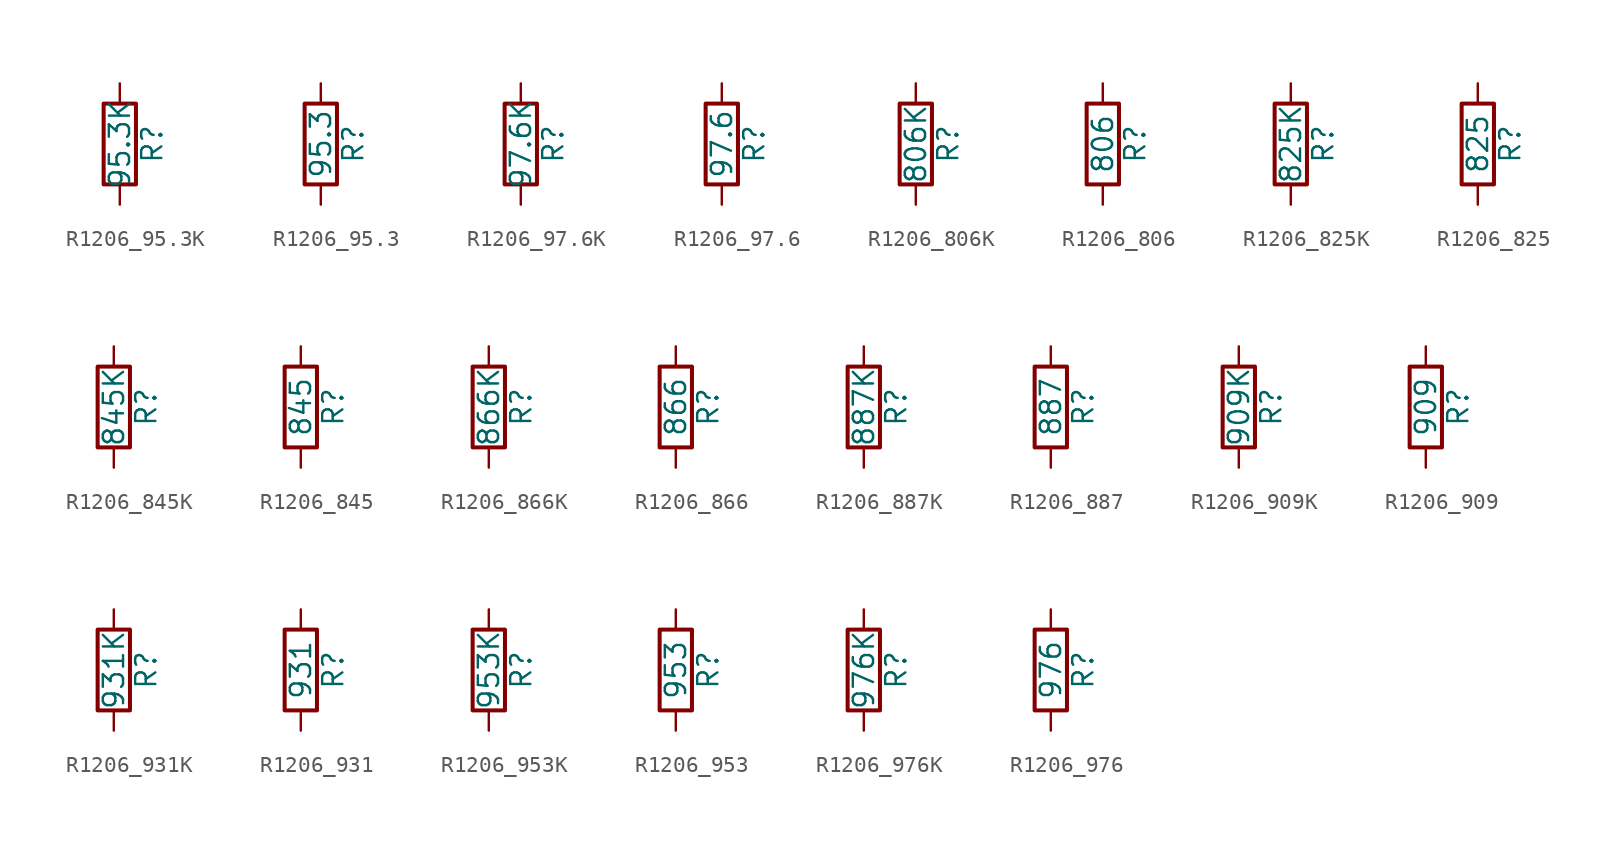
<source format=kicad_sym>
(kicad_symbol_lib
  (version 20211014)
  (generator atlantix-eda)
  (symbol "R1206_95.3K"
    (pin_numbers hide)
    (pin_names
      (offset 0))
    (property "Reference" "R"
      (at 2.032 0 90)
      (effects (font (size 1.27 1.27))))
    (property "Value" "95.3K"
      (at 0 0 90)
      (effects (font (size 1.27 1.27))))
    (symbol "R1206_95.3K_0_1"
      (rectangle (start -1.016 -2.54) (end 1.016 2.54) (stroke (width 0.254) (type default) (color 0 0 0 0)) (fill (type none))))
    (symbol "R1206_95.3K_1_1"
      (pin passive line (at 0 3.81 270) (length 1.27) (name "~" (effects (font (size 1.27 1.27)))) (number "1" (effects (font (size 1.27 1.27)))))
      (pin passive line (at 0 -3.81 90) (length 1.27) (name "~" (effects (font (size 1.27 1.27)))) (number "2" (effects (font (size 1.27 1.27)))))))
  (symbol "R1206_95.3"
    (pin_numbers hide)
    (pin_names
      (offset 0))
    (property "Reference" "R"
      (at 2.032 0 90)
      (effects (font (size 1.27 1.27))))
    (property "Value" "95.3"
      (at 0 0 90)
      (effects (font (size 1.27 1.27))))
    (symbol "R1206_95.3_0_1"
      (rectangle (start -1.016 -2.54) (end 1.016 2.54) (stroke (width 0.254) (type default) (color 0 0 0 0)) (fill (type none))))
    (symbol "R1206_95.3_1_1"
      (pin passive line (at 0 3.81 270) (length 1.27) (name "~" (effects (font (size 1.27 1.27)))) (number "1" (effects (font (size 1.27 1.27)))))
      (pin passive line (at 0 -3.81 90) (length 1.27) (name "~" (effects (font (size 1.27 1.27)))) (number "2" (effects (font (size 1.27 1.27)))))))
  (symbol "R1206_97.6K"
    (pin_numbers hide)
    (pin_names
      (offset 0))
    (property "Reference" "R"
      (at 2.032 0 90)
      (effects (font (size 1.27 1.27))))
    (property "Value" "97.6K"
      (at 0 0 90)
      (effects (font (size 1.27 1.27))))
    (symbol "R1206_97.6K_0_1"
      (rectangle (start -1.016 -2.54) (end 1.016 2.54) (stroke (width 0.254) (type default) (color 0 0 0 0)) (fill (type none))))
    (symbol "R1206_97.6K_1_1"
      (pin passive line (at 0 3.81 270) (length 1.27) (name "~" (effects (font (size 1.27 1.27)))) (number "1" (effects (font (size 1.27 1.27)))))
      (pin passive line (at 0 -3.81 90) (length 1.27) (name "~" (effects (font (size 1.27 1.27)))) (number "2" (effects (font (size 1.27 1.27)))))))
  (symbol "R1206_97.6"
    (pin_numbers hide)
    (pin_names
      (offset 0))
    (property "Reference" "R"
      (at 2.032 0 90)
      (effects (font (size 1.27 1.27))))
    (property "Value" "97.6"
      (at 0 0 90)
      (effects (font (size 1.27 1.27))))
    (symbol "R1206_97.6_0_1"
      (rectangle (start -1.016 -2.54) (end 1.016 2.54) (stroke (width 0.254) (type default) (color 0 0 0 0)) (fill (type none))))
    (symbol "R1206_97.6_1_1"
      (pin passive line (at 0 3.81 270) (length 1.27) (name "~" (effects (font (size 1.27 1.27)))) (number "1" (effects (font (size 1.27 1.27)))))
      (pin passive line (at 0 -3.81 90) (length 1.27) (name "~" (effects (font (size 1.27 1.27)))) (number "2" (effects (font (size 1.27 1.27)))))))
  (symbol "R1206_806K"
    (pin_numbers hide)
    (pin_names
      (offset 0))
    (property "Reference" "R"
      (at 2.032 0 90)
      (effects (font (size 1.27 1.27))))
    (property "Value" "806K"
      (at 0 0 90)
      (effects (font (size 1.27 1.27))))
    (symbol "R1206_806K_0_1"
      (rectangle (start -1.016 -2.54) (end 1.016 2.54) (stroke (width 0.254) (type default) (color 0 0 0 0)) (fill (type none))))
    (symbol "R1206_806K_1_1"
      (pin passive line (at 0 3.81 270) (length 1.27) (name "~" (effects (font (size 1.27 1.27)))) (number "1" (effects (font (size 1.27 1.27)))))
      (pin passive line (at 0 -3.81 90) (length 1.27) (name "~" (effects (font (size 1.27 1.27)))) (number "2" (effects (font (size 1.27 1.27)))))))
  (symbol "R1206_806"
    (pin_numbers hide)
    (pin_names
      (offset 0))
    (property "Reference" "R"
      (at 2.032 0 90)
      (effects (font (size 1.27 1.27))))
    (property "Value" "806"
      (at 0 0 90)
      (effects (font (size 1.27 1.27))))
    (symbol "R1206_806_0_1"
      (rectangle (start -1.016 -2.54) (end 1.016 2.54) (stroke (width 0.254) (type default) (color 0 0 0 0)) (fill (type none))))
    (symbol "R1206_806_1_1"
      (pin passive line (at 0 3.81 270) (length 1.27) (name "~" (effects (font (size 1.27 1.27)))) (number "1" (effects (font (size 1.27 1.27)))))
      (pin passive line (at 0 -3.81 90) (length 1.27) (name "~" (effects (font (size 1.27 1.27)))) (number "2" (effects (font (size 1.27 1.27)))))))
  (symbol "R1206_825K"
    (pin_numbers hide)
    (pin_names
      (offset 0))
    (property "Reference" "R"
      (at 2.032 0 90)
      (effects (font (size 1.27 1.27))))
    (property "Value" "825K"
      (at 0 0 90)
      (effects (font (size 1.27 1.27))))
    (symbol "R1206_825K_0_1"
      (rectangle (start -1.016 -2.54) (end 1.016 2.54) (stroke (width 0.254) (type default) (color 0 0 0 0)) (fill (type none))))
    (symbol "R1206_825K_1_1"
      (pin passive line (at 0 3.81 270) (length 1.27) (name "~" (effects (font (size 1.27 1.27)))) (number "1" (effects (font (size 1.27 1.27)))))
      (pin passive line (at 0 -3.81 90) (length 1.27) (name "~" (effects (font (size 1.27 1.27)))) (number "2" (effects (font (size 1.27 1.27)))))))
  (symbol "R1206_825"
    (pin_numbers hide)
    (pin_names
      (offset 0))
    (property "Reference" "R"
      (at 2.032 0 90)
      (effects (font (size 1.27 1.27))))
    (property "Value" "825"
      (at 0 0 90)
      (effects (font (size 1.27 1.27))))
    (symbol "R1206_825_0_1"
      (rectangle (start -1.016 -2.54) (end 1.016 2.54) (stroke (width 0.254) (type default) (color 0 0 0 0)) (fill (type none))))
    (symbol "R1206_825_1_1"
      (pin passive line (at 0 3.81 270) (length 1.27) (name "~" (effects (font (size 1.27 1.27)))) (number "1" (effects (font (size 1.27 1.27)))))
      (pin passive line (at 0 -3.81 90) (length 1.27) (name "~" (effects (font (size 1.27 1.27)))) (number "2" (effects (font (size 1.27 1.27)))))))
  (symbol "R1206_845K"
    (pin_numbers hide)
    (pin_names
      (offset 0))
    (property "Reference" "R"
      (at 2.032 0 90)
      (effects (font (size 1.27 1.27))))
    (property "Value" "845K"
      (at 0 0 90)
      (effects (font (size 1.27 1.27))))
    (symbol "R1206_845K_0_1"
      (rectangle (start -1.016 -2.54) (end 1.016 2.54) (stroke (width 0.254) (type default) (color 0 0 0 0)) (fill (type none))))
    (symbol "R1206_845K_1_1"
      (pin passive line (at 0 3.81 270) (length 1.27) (name "~" (effects (font (size 1.27 1.27)))) (number "1" (effects (font (size 1.27 1.27)))))
      (pin passive line (at 0 -3.81 90) (length 1.27) (name "~" (effects (font (size 1.27 1.27)))) (number "2" (effects (font (size 1.27 1.27)))))))
  (symbol "R1206_845"
    (pin_numbers hide)
    (pin_names
      (offset 0))
    (property "Reference" "R"
      (at 2.032 0 90)
      (effects (font (size 1.27 1.27))))
    (property "Value" "845"
      (at 0 0 90)
      (effects (font (size 1.27 1.27))))
    (symbol "R1206_845_0_1"
      (rectangle (start -1.016 -2.54) (end 1.016 2.54) (stroke (width 0.254) (type default) (color 0 0 0 0)) (fill (type none))))
    (symbol "R1206_845_1_1"
      (pin passive line (at 0 3.81 270) (length 1.27) (name "~" (effects (font (size 1.27 1.27)))) (number "1" (effects (font (size 1.27 1.27)))))
      (pin passive line (at 0 -3.81 90) (length 1.27) (name "~" (effects (font (size 1.27 1.27)))) (number "2" (effects (font (size 1.27 1.27)))))))
  (symbol "R1206_866K"
    (pin_numbers hide)
    (pin_names
      (offset 0))
    (property "Reference" "R"
      (at 2.032 0 90)
      (effects (font (size 1.27 1.27))))
    (property "Value" "866K"
      (at 0 0 90)
      (effects (font (size 1.27 1.27))))
    (symbol "R1206_866K_0_1"
      (rectangle (start -1.016 -2.54) (end 1.016 2.54) (stroke (width 0.254) (type default) (color 0 0 0 0)) (fill (type none))))
    (symbol "R1206_866K_1_1"
      (pin passive line (at 0 3.81 270) (length 1.27) (name "~" (effects (font (size 1.27 1.27)))) (number "1" (effects (font (size 1.27 1.27)))))
      (pin passive line (at 0 -3.81 90) (length 1.27) (name "~" (effects (font (size 1.27 1.27)))) (number "2" (effects (font (size 1.27 1.27)))))))
  (symbol "R1206_866"
    (pin_numbers hide)
    (pin_names
      (offset 0))
    (property "Reference" "R"
      (at 2.032 0 90)
      (effects (font (size 1.27 1.27))))
    (property "Value" "866"
      (at 0 0 90)
      (effects (font (size 1.27 1.27))))
    (symbol "R1206_866_0_1"
      (rectangle (start -1.016 -2.54) (end 1.016 2.54) (stroke (width 0.254) (type default) (color 0 0 0 0)) (fill (type none))))
    (symbol "R1206_866_1_1"
      (pin passive line (at 0 3.81 270) (length 1.27) (name "~" (effects (font (size 1.27 1.27)))) (number "1" (effects (font (size 1.27 1.27)))))
      (pin passive line (at 0 -3.81 90) (length 1.27) (name "~" (effects (font (size 1.27 1.27)))) (number "2" (effects (font (size 1.27 1.27)))))))
  (symbol "R1206_887K"
    (pin_numbers hide)
    (pin_names
      (offset 0))
    (property "Reference" "R"
      (at 2.032 0 90)
      (effects (font (size 1.27 1.27))))
    (property "Value" "887K"
      (at 0 0 90)
      (effects (font (size 1.27 1.27))))
    (symbol "R1206_887K_0_1"
      (rectangle (start -1.016 -2.54) (end 1.016 2.54) (stroke (width 0.254) (type default) (color 0 0 0 0)) (fill (type none))))
    (symbol "R1206_887K_1_1"
      (pin passive line (at 0 3.81 270) (length 1.27) (name "~" (effects (font (size 1.27 1.27)))) (number "1" (effects (font (size 1.27 1.27)))))
      (pin passive line (at 0 -3.81 90) (length 1.27) (name "~" (effects (font (size 1.27 1.27)))) (number "2" (effects (font (size 1.27 1.27)))))))
  (symbol "R1206_887"
    (pin_numbers hide)
    (pin_names
      (offset 0))
    (property "Reference" "R"
      (at 2.032 0 90)
      (effects (font (size 1.27 1.27))))
    (property "Value" "887"
      (at 0 0 90)
      (effects (font (size 1.27 1.27))))
    (symbol "R1206_887_0_1"
      (rectangle (start -1.016 -2.54) (end 1.016 2.54) (stroke (width 0.254) (type default) (color 0 0 0 0)) (fill (type none))))
    (symbol "R1206_887_1_1"
      (pin passive line (at 0 3.81 270) (length 1.27) (name "~" (effects (font (size 1.27 1.27)))) (number "1" (effects (font (size 1.27 1.27)))))
      (pin passive line (at 0 -3.81 90) (length 1.27) (name "~" (effects (font (size 1.27 1.27)))) (number "2" (effects (font (size 1.27 1.27)))))))
  (symbol "R1206_909K"
    (pin_numbers hide)
    (pin_names
      (offset 0))
    (property "Reference" "R"
      (at 2.032 0 90)
      (effects (font (size 1.27 1.27))))
    (property "Value" "909K"
      (at 0 0 90)
      (effects (font (size 1.27 1.27))))
    (symbol "R1206_909K_0_1"
      (rectangle (start -1.016 -2.54) (end 1.016 2.54) (stroke (width 0.254) (type default) (color 0 0 0 0)) (fill (type none))))
    (symbol "R1206_909K_1_1"
      (pin passive line (at 0 3.81 270) (length 1.27) (name "~" (effects (font (size 1.27 1.27)))) (number "1" (effects (font (size 1.27 1.27)))))
      (pin passive line (at 0 -3.81 90) (length 1.27) (name "~" (effects (font (size 1.27 1.27)))) (number "2" (effects (font (size 1.27 1.27)))))))
  (symbol "R1206_909"
    (pin_numbers hide)
    (pin_names
      (offset 0))
    (property "Reference" "R"
      (at 2.032 0 90)
      (effects (font (size 1.27 1.27))))
    (property "Value" "909"
      (at 0 0 90)
      (effects (font (size 1.27 1.27))))
    (symbol "R1206_909_0_1"
      (rectangle (start -1.016 -2.54) (end 1.016 2.54) (stroke (width 0.254) (type default) (color 0 0 0 0)) (fill (type none))))
    (symbol "R1206_909_1_1"
      (pin passive line (at 0 3.81 270) (length 1.27) (name "~" (effects (font (size 1.27 1.27)))) (number "1" (effects (font (size 1.27 1.27)))))
      (pin passive line (at 0 -3.81 90) (length 1.27) (name "~" (effects (font (size 1.27 1.27)))) (number "2" (effects (font (size 1.27 1.27)))))))
  (symbol "R1206_931K"
    (pin_numbers hide)
    (pin_names
      (offset 0))
    (property "Reference" "R"
      (at 2.032 0 90)
      (effects (font (size 1.27 1.27))))
    (property "Value" "931K"
      (at 0 0 90)
      (effects (font (size 1.27 1.27))))
    (symbol "R1206_931K_0_1"
      (rectangle (start -1.016 -2.54) (end 1.016 2.54) (stroke (width 0.254) (type default) (color 0 0 0 0)) (fill (type none))))
    (symbol "R1206_931K_1_1"
      (pin passive line (at 0 3.81 270) (length 1.27) (name "~" (effects (font (size 1.27 1.27)))) (number "1" (effects (font (size 1.27 1.27)))))
      (pin passive line (at 0 -3.81 90) (length 1.27) (name "~" (effects (font (size 1.27 1.27)))) (number "2" (effects (font (size 1.27 1.27)))))))
  (symbol "R1206_931"
    (pin_numbers hide)
    (pin_names
      (offset 0))
    (property "Reference" "R"
      (at 2.032 0 90)
      (effects (font (size 1.27 1.27))))
    (property "Value" "931"
      (at 0 0 90)
      (effects (font (size 1.27 1.27))))
    (symbol "R1206_931_0_1"
      (rectangle (start -1.016 -2.54) (end 1.016 2.54) (stroke (width 0.254) (type default) (color 0 0 0 0)) (fill (type none))))
    (symbol "R1206_931_1_1"
      (pin passive line (at 0 3.81 270) (length 1.27) (name "~" (effects (font (size 1.27 1.27)))) (number "1" (effects (font (size 1.27 1.27)))))
      (pin passive line (at 0 -3.81 90) (length 1.27) (name "~" (effects (font (size 1.27 1.27)))) (number "2" (effects (font (size 1.27 1.27)))))))
  (symbol "R1206_953K"
    (pin_numbers hide)
    (pin_names
      (offset 0))
    (property "Reference" "R"
      (at 2.032 0 90)
      (effects (font (size 1.27 1.27))))
    (property "Value" "953K"
      (at 0 0 90)
      (effects (font (size 1.27 1.27))))
    (symbol "R1206_953K_0_1"
      (rectangle (start -1.016 -2.54) (end 1.016 2.54) (stroke (width 0.254) (type default) (color 0 0 0 0)) (fill (type none))))
    (symbol "R1206_953K_1_1"
      (pin passive line (at 0 3.81 270) (length 1.27) (name "~" (effects (font (size 1.27 1.27)))) (number "1" (effects (font (size 1.27 1.27)))))
      (pin passive line (at 0 -3.81 90) (length 1.27) (name "~" (effects (font (size 1.27 1.27)))) (number "2" (effects (font (size 1.27 1.27)))))))
  (symbol "R1206_953"
    (pin_numbers hide)
    (pin_names
      (offset 0))
    (property "Reference" "R"
      (at 2.032 0 90)
      (effects (font (size 1.27 1.27))))
    (property "Value" "953"
      (at 0 0 90)
      (effects (font (size 1.27 1.27))))
    (symbol "R1206_953_0_1"
      (rectangle (start -1.016 -2.54) (end 1.016 2.54) (stroke (width 0.254) (type default) (color 0 0 0 0)) (fill (type none))))
    (symbol "R1206_953_1_1"
      (pin passive line (at 0 3.81 270) (length 1.27) (name "~" (effects (font (size 1.27 1.27)))) (number "1" (effects (font (size 1.27 1.27)))))
      (pin passive line (at 0 -3.81 90) (length 1.27) (name "~" (effects (font (size 1.27 1.27)))) (number "2" (effects (font (size 1.27 1.27)))))))
  (symbol "R1206_976K"
    (pin_numbers hide)
    (pin_names
      (offset 0))
    (property "Reference" "R"
      (at 2.032 0 90)
      (effects (font (size 1.27 1.27))))
    (property "Value" "976K"
      (at 0 0 90)
      (effects (font (size 1.27 1.27))))
    (symbol "R1206_976K_0_1"
      (rectangle (start -1.016 -2.54) (end 1.016 2.54) (stroke (width 0.254) (type default) (color 0 0 0 0)) (fill (type none))))
    (symbol "R1206_976K_1_1"
      (pin passive line (at 0 3.81 270) (length 1.27) (name "~" (effects (font (size 1.27 1.27)))) (number "1" (effects (font (size 1.27 1.27)))))
      (pin passive line (at 0 -3.81 90) (length 1.27) (name "~" (effects (font (size 1.27 1.27)))) (number "2" (effects (font (size 1.27 1.27)))))))
  (symbol "R1206_976"
    (pin_numbers hide)
    (pin_names
      (offset 0))
    (property "Reference" "R"
      (at 2.032 0 90)
      (effects (font (size 1.27 1.27))))
    (property "Value" "976"
      (at 0 0 90)
      (effects (font (size 1.27 1.27))))
    (symbol "R1206_976_0_1"
      (rectangle (start -1.016 -2.54) (end 1.016 2.54) (stroke (width 0.254) (type default) (color 0 0 0 0)) (fill (type none))))
    (symbol "R1206_976_1_1"
      (pin passive line (at 0 3.81 270) (length 1.27) (name "~" (effects (font (size 1.27 1.27)))) (number "1" (effects (font (size 1.27 1.27)))))
      (pin passive line (at 0 -3.81 90) (length 1.27) (name "~" (effects (font (size 1.27 1.27)))) (number "2" (effects (font (size 1.27 1.27))))))))
</source>
